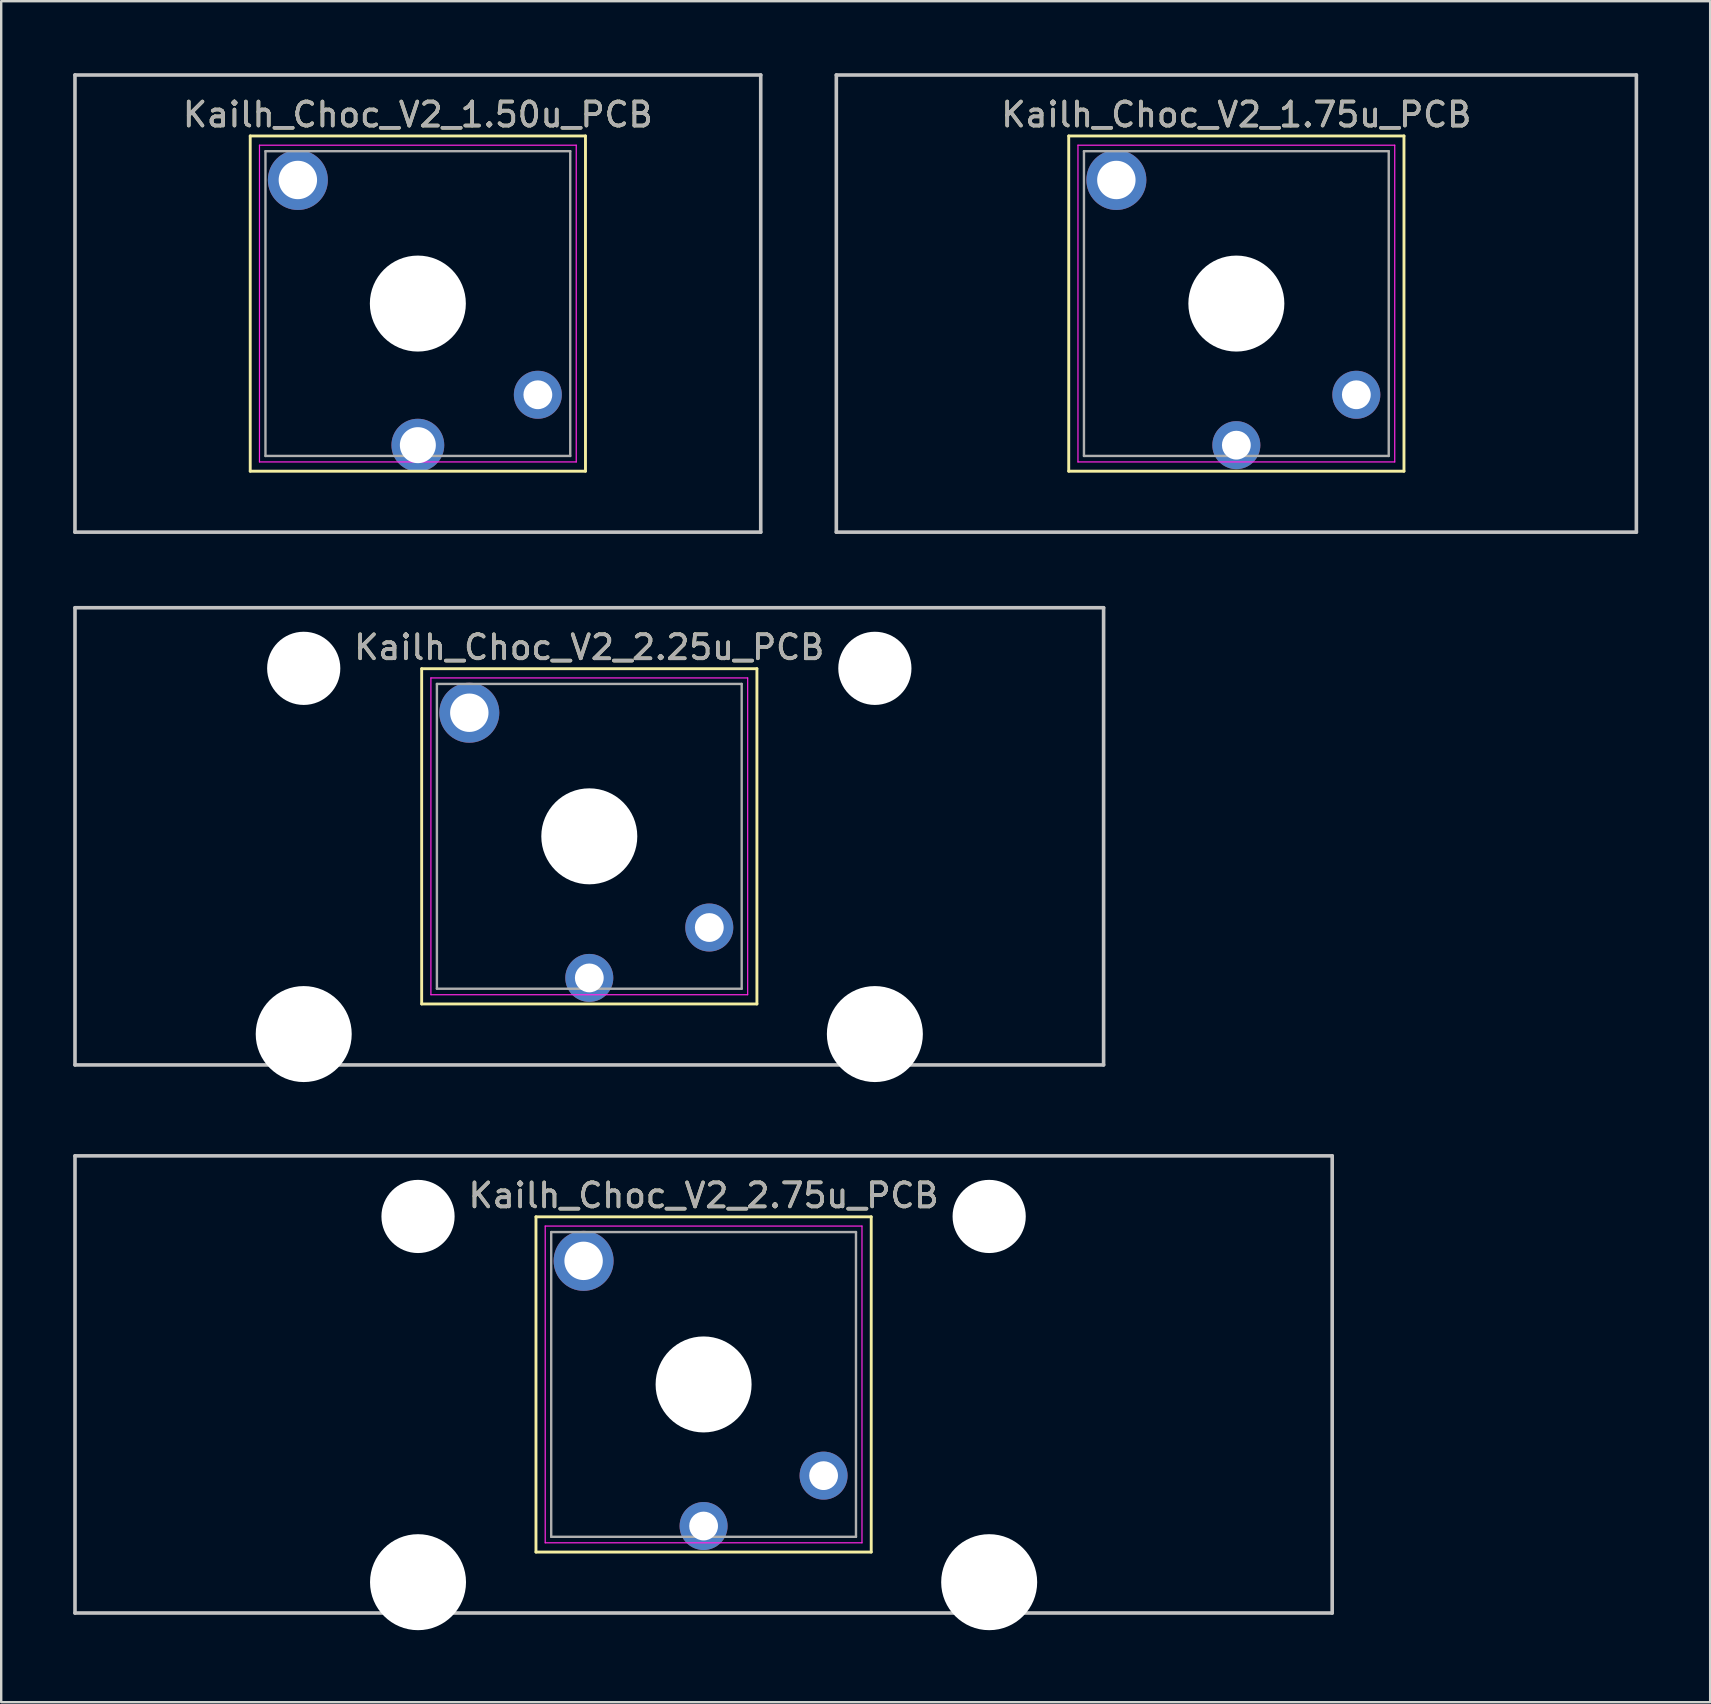
<source format=kicad_pcb>
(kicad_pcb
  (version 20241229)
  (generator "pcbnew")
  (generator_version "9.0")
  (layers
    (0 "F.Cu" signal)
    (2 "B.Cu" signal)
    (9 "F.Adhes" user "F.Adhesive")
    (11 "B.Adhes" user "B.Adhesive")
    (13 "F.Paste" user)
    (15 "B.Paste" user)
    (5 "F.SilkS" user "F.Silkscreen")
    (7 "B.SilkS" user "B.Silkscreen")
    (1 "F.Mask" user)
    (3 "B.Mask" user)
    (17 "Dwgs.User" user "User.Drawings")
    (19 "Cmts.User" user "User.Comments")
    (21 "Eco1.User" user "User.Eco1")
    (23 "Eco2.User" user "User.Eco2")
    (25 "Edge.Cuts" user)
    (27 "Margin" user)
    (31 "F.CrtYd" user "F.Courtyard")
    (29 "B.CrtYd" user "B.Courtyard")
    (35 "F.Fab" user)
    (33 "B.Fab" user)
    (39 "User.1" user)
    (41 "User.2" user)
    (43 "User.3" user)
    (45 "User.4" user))
  (footprint "Kailh_Choc_V2_1.75u_PCB"
    (layer "F.Cu")
    (at 51.009 4.52)
    (property "Reference" "Kailh_Choc_V2_1.75u_PCB" (at -2.54 -2.794 0) (layer "F.SilkS") (effects (font (size 1 1) (thickness 0.15))))
    (attr through_hole)
    (fp_line (start -9.525 -1.905) (end 4.445 -1.905) (stroke (width 0.12) (type solid)) (layer "F.SilkS"))
    (fp_line (start -9.525 12.065) (end -9.525 -1.905) (stroke (width 0.12) (type solid)) (layer "F.SilkS"))
    (fp_line (start 4.445 -1.905) (end 4.445 12.065) (stroke (width 0.12) (type solid)) (layer "F.SilkS"))
    (fp_line (start 4.445 12.065) (end -9.525 12.065) (stroke (width 0.12) (type solid)) (layer "F.SilkS"))
    (fp_line (start -19.209 -4.445) (end 14.129 -4.445) (stroke (width 0.15) (type solid)) (layer "Dwgs.User"))
    (fp_line (start -19.209 14.605) (end -19.209 -4.445) (stroke (width 0.15) (type solid)) (layer "Dwgs.User"))
    (fp_line (start 14.129 -4.445) (end 14.129 14.605) (stroke (width 0.15) (type solid)) (layer "Dwgs.User"))
    (fp_line (start 14.129 14.605) (end -19.209 14.605) (stroke (width 0.15) (type solid)) (layer "Dwgs.User"))
    (fp_line (start -9.14 -1.52) (end 4.06 -1.52) (stroke (width 0.05) (type solid)) (layer "F.CrtYd"))
    (fp_line (start -9.14 11.68) (end -9.14 -1.52) (stroke (width 0.05) (type solid)) (layer "F.CrtYd"))
    (fp_line (start 4.06 -1.52) (end 4.06 11.68) (stroke (width 0.05) (type solid)) (layer "F.CrtYd"))
    (fp_line (start 4.06 11.68) (end -9.14 11.68) (stroke (width 0.05) (type solid)) (layer "F.CrtYd"))
    (fp_line (start -8.89 -1.27) (end 3.81 -1.27) (stroke (width 0.1) (type solid)) (layer "F.Fab"))
    (fp_line (start -8.89 11.43) (end -8.89 -1.27) (stroke (width 0.1) (type solid)) (layer "F.Fab"))
    (fp_line (start 3.81 -1.27) (end 3.81 11.43) (stroke (width 0.1) (type solid)) (layer "F.Fab"))
    (fp_line (start 3.81 11.43) (end -8.89 11.43) (stroke (width 0.1) (type solid)) (layer "F.Fab"))
    (fp_text user "${REFERENCE}" (at -2.54 -2.794 0) (layer "F.Fab") (effects (font (size 1 1) (thickness 0.15))))
    (pad "" np_thru_hole circle (at -2.54 5.08) (size 4 4) (drill 4) (layers "*.Cu" "*.Mask"))
    (pad "" np_thru_hole circle (at 2.46 8.88) (size 2 2) (drill 1.2) (layers "*.Cu" "*.Mask"))
    (pad "1" thru_hole circle (at -7.54 -0.07) (size 2.5 2.5) (drill 1.6) (layers "*.Cu" "*.Mask"))
    (pad "2" thru_hole circle (at -2.54 10.98) (size 2 2) (drill 1.2) (layers "*.Cu" "*.Mask")))
  (footprint "Kailh_Choc_V2_2.75u_PCB"
    (layer "F.Cu")
    (at 28.809 49.56)
    (property "Reference" "Kailh_Choc_V2_2.75u_PCB" (at -2.54 -2.794 0) (layer "F.SilkS") (effects (font (size 1 1) (thickness 0.15))))
    (attr through_hole)
    (fp_line (start -9.525 -1.905) (end 4.445 -1.905) (stroke (width 0.12) (type solid)) (layer "F.SilkS"))
    (fp_line (start -9.525 12.065) (end -9.525 -1.905) (stroke (width 0.12) (type solid)) (layer "F.SilkS"))
    (fp_line (start 4.445 -1.905) (end 4.445 12.065) (stroke (width 0.12) (type solid)) (layer "F.SilkS"))
    (fp_line (start 4.445 12.065) (end -9.525 12.065) (stroke (width 0.12) (type solid)) (layer "F.SilkS"))
    (fp_line (start -28.734 -4.445) (end 23.654 -4.445) (stroke (width 0.15) (type solid)) (layer "Dwgs.User"))
    (fp_line (start -28.734 14.605) (end -28.734 -4.445) (stroke (width 0.15) (type solid)) (layer "Dwgs.User"))
    (fp_line (start 23.654 -4.445) (end 23.654 14.605) (stroke (width 0.15) (type solid)) (layer "Dwgs.User"))
    (fp_line (start 23.654 14.605) (end -28.734 14.605) (stroke (width 0.15) (type solid)) (layer "Dwgs.User"))
    (fp_line (start -9.14 -1.52) (end 4.06 -1.52) (stroke (width 0.05) (type solid)) (layer "F.CrtYd"))
    (fp_line (start -9.14 11.68) (end -9.14 -1.52) (stroke (width 0.05) (type solid)) (layer "F.CrtYd"))
    (fp_line (start 4.06 -1.52) (end 4.06 11.68) (stroke (width 0.05) (type solid)) (layer "F.CrtYd"))
    (fp_line (start 4.06 11.68) (end -9.14 11.68) (stroke (width 0.05) (type solid)) (layer "F.CrtYd"))
    (fp_line (start -8.89 -1.27) (end 3.81 -1.27) (stroke (width 0.1) (type solid)) (layer "F.Fab"))
    (fp_line (start -8.89 11.43) (end -8.89 -1.27) (stroke (width 0.1) (type solid)) (layer "F.Fab"))
    (fp_line (start 3.81 -1.27) (end 3.81 11.43) (stroke (width 0.1) (type solid)) (layer "F.Fab"))
    (fp_line (start 3.81 11.43) (end -8.89 11.43) (stroke (width 0.1) (type solid)) (layer "F.Fab"))
    (fp_text user "${REFERENCE}" (at -2.54 -2.794 0) (layer "F.Fab") (effects (font (size 1 1) (thickness 0.15))))
    (pad "" np_thru_hole circle (at -14.44 -1.92) (size 3.05 3.05) (drill 3.05) (layers "*.Cu" "*.Mask"))
    (pad "" np_thru_hole circle (at -14.44 13.32) (size 4 4) (drill 4) (layers "*.Cu" "*.Mask"))
    (pad "" np_thru_hole circle (at -2.54 5.08) (size 4 4) (drill 4) (layers "*.Cu" "*.Mask"))
    (pad "" np_thru_hole circle (at 2.46 8.88) (size 2 2) (drill 1.2) (layers "*.Cu" "*.Mask"))
    (pad "" np_thru_hole circle (at 9.36 -1.92) (size 3.05 3.05) (drill 3.05) (layers "*.Cu" "*.Mask"))
    (pad "" np_thru_hole circle (at 9.36 13.32) (size 4 4) (drill 4) (layers "*.Cu" "*.Mask"))
    (pad "1" thru_hole circle (at -7.54 -0.07) (size 2.5 2.5) (drill 1.6) (layers "*.Cu" "*.Mask"))
    (pad "2" thru_hole circle (at -2.54 10.98) (size 2 2) (drill 1.2) (layers "*.Cu" "*.Mask")))
  (footprint "Kailh_Choc_V2_2.25u_PCB"
    (layer "F.Cu")
    (at 24.046 26.72)
    (property "Reference" "Kailh_Choc_V2_2.25u_PCB" (at -2.54 -2.794 0) (layer "F.SilkS") (effects (font (size 1 1) (thickness 0.15))))
    (attr through_hole)
    (fp_line (start -9.525 -1.905) (end 4.445 -1.905) (stroke (width 0.12) (type solid)) (layer "F.SilkS"))
    (fp_line (start -9.525 12.065) (end -9.525 -1.905) (stroke (width 0.12) (type solid)) (layer "F.SilkS"))
    (fp_line (start 4.445 -1.905) (end 4.445 12.065) (stroke (width 0.12) (type solid)) (layer "F.SilkS"))
    (fp_line (start 4.445 12.065) (end -9.525 12.065) (stroke (width 0.12) (type solid)) (layer "F.SilkS"))
    (fp_line (start -23.971 -4.445) (end 18.891 -4.445) (stroke (width 0.15) (type solid)) (layer "Dwgs.User"))
    (fp_line (start -23.971 14.605) (end -23.971 -4.445) (stroke (width 0.15) (type solid)) (layer "Dwgs.User"))
    (fp_line (start 18.891 -4.445) (end 18.891 14.605) (stroke (width 0.15) (type solid)) (layer "Dwgs.User"))
    (fp_line (start 18.891 14.605) (end -23.971 14.605) (stroke (width 0.15) (type solid)) (layer "Dwgs.User"))
    (fp_line (start -9.14 -1.52) (end 4.06 -1.52) (stroke (width 0.05) (type solid)) (layer "F.CrtYd"))
    (fp_line (start -9.14 11.68) (end -9.14 -1.52) (stroke (width 0.05) (type solid)) (layer "F.CrtYd"))
    (fp_line (start 4.06 -1.52) (end 4.06 11.68) (stroke (width 0.05) (type solid)) (layer "F.CrtYd"))
    (fp_line (start 4.06 11.68) (end -9.14 11.68) (stroke (width 0.05) (type solid)) (layer "F.CrtYd"))
    (fp_line (start -8.89 -1.27) (end 3.81 -1.27) (stroke (width 0.1) (type solid)) (layer "F.Fab"))
    (fp_line (start -8.89 11.43) (end -8.89 -1.27) (stroke (width 0.1) (type solid)) (layer "F.Fab"))
    (fp_line (start 3.81 -1.27) (end 3.81 11.43) (stroke (width 0.1) (type solid)) (layer "F.Fab"))
    (fp_line (start 3.81 11.43) (end -8.89 11.43) (stroke (width 0.1) (type solid)) (layer "F.Fab"))
    (fp_text user "${REFERENCE}" (at -2.54 -2.794 0) (layer "F.Fab") (effects (font (size 1 1) (thickness 0.15))))
    (pad "" np_thru_hole circle (at -14.44 -1.92) (size 3.05 3.05) (drill 3.05) (layers "*.Cu" "*.Mask"))
    (pad "" np_thru_hole circle (at -14.44 13.32) (size 4 4) (drill 4) (layers "*.Cu" "*.Mask"))
    (pad "" np_thru_hole circle (at -2.54 5.08) (size 4 4) (drill 4) (layers "*.Cu" "*.Mask"))
    (pad "" np_thru_hole circle (at 2.46 8.88) (size 2 2) (drill 1.2) (layers "*.Cu" "*.Mask"))
    (pad "" np_thru_hole circle (at 9.36 -1.92) (size 3.05 3.05) (drill 3.05) (layers "*.Cu" "*.Mask"))
    (pad "" np_thru_hole circle (at 9.36 13.32) (size 4 4) (drill 4) (layers "*.Cu" "*.Mask"))
    (pad "1" thru_hole circle (at -7.54 -0.07) (size 2.5 2.5) (drill 1.6) (layers "*.Cu" "*.Mask"))
    (pad "2" thru_hole circle (at -2.54 10.98) (size 2 2) (drill 1.2) (layers "*.Cu" "*.Mask")))
  (footprint "Kailh_Choc_V2_1.50u_PCB"
    (layer "F.Cu")
    (at 16.902 4.52)
    (property "Reference" "Kailh_Choc_V2_1.50u_PCB" (at -2.54 -2.794 0) (layer "F.SilkS") (effects (font (size 1 1) (thickness 0.15))))
    (attr through_hole)
    (fp_line (start -9.525 -1.905) (end 4.445 -1.905) (stroke (width 0.12) (type solid)) (layer "F.SilkS"))
    (fp_line (start -9.525 12.065) (end -9.525 -1.905) (stroke (width 0.12) (type solid)) (layer "F.SilkS"))
    (fp_line (start 4.445 -1.905) (end 4.445 12.065) (stroke (width 0.12) (type solid)) (layer "F.SilkS"))
    (fp_line (start 4.445 12.065) (end -9.525 12.065) (stroke (width 0.12) (type solid)) (layer "F.SilkS"))
    (fp_line (start -16.828 -4.445) (end 11.748 -4.445) (stroke (width 0.15) (type solid)) (layer "Dwgs.User"))
    (fp_line (start -16.828 14.605) (end -16.828 -4.445) (stroke (width 0.15) (type solid)) (layer "Dwgs.User"))
    (fp_line (start 11.748 -4.445) (end 11.748 14.605) (stroke (width 0.15) (type solid)) (layer "Dwgs.User"))
    (fp_line (start 11.748 14.605) (end -16.828 14.605) (stroke (width 0.15) (type solid)) (layer "Dwgs.User"))
    (fp_line (start -9.14 -1.52) (end 4.06 -1.52) (stroke (width 0.05) (type solid)) (layer "F.CrtYd"))
    (fp_line (start -9.14 11.68) (end -9.14 -1.52) (stroke (width 0.05) (type solid)) (layer "F.CrtYd"))
    (fp_line (start 4.06 -1.52) (end 4.06 11.68) (stroke (width 0.05) (type solid)) (layer "F.CrtYd"))
    (fp_line (start 4.06 11.68) (end -9.14 11.68) (stroke (width 0.05) (type solid)) (layer "F.CrtYd"))
    (fp_line (start -8.89 -1.27) (end 3.81 -1.27) (stroke (width 0.1) (type solid)) (layer "F.Fab"))
    (fp_line (start -8.89 11.43) (end -8.89 -1.27) (stroke (width 0.1) (type solid)) (layer "F.Fab"))
    (fp_line (start 3.81 -1.27) (end 3.81 11.43) (stroke (width 0.1) (type solid)) (layer "F.Fab"))
    (fp_line (start 3.81 11.43) (end -8.89 11.43) (stroke (width 0.1) (type solid)) (layer "F.Fab"))
    (fp_text user "${REFERENCE}" (at -2.54 -2.794 0) (layer "F.Fab") (effects (font (size 1 1) (thickness 0.15))))
    (pad "" np_thru_hole circle (at -2.54 5.08) (size 4 4) (drill 4) (layers "*.Cu" "*.Mask"))
    (pad "" np_thru_hole circle (at 2.46 8.88) (size 2 2) (drill 1.2) (layers "*.Cu" "*.Mask"))
    (pad "1" thru_hole circle (at -7.54 -0.07) (size 2.5 2.5) (drill 1.6) (layers "*.Cu" "*.Mask"))
    (pad "2" thru_hole circle (at -2.54 10.98) (size 2.2 2.2) (drill 1.5) (layers "*.Cu" "*.Mask")))
  (gr_rect
    (start -3 -3)
    (end 68.213 67.88)
    (stroke (width 0.1) (type default))
    (fill no)
    (layer "Edge.Cuts")))
</source>
